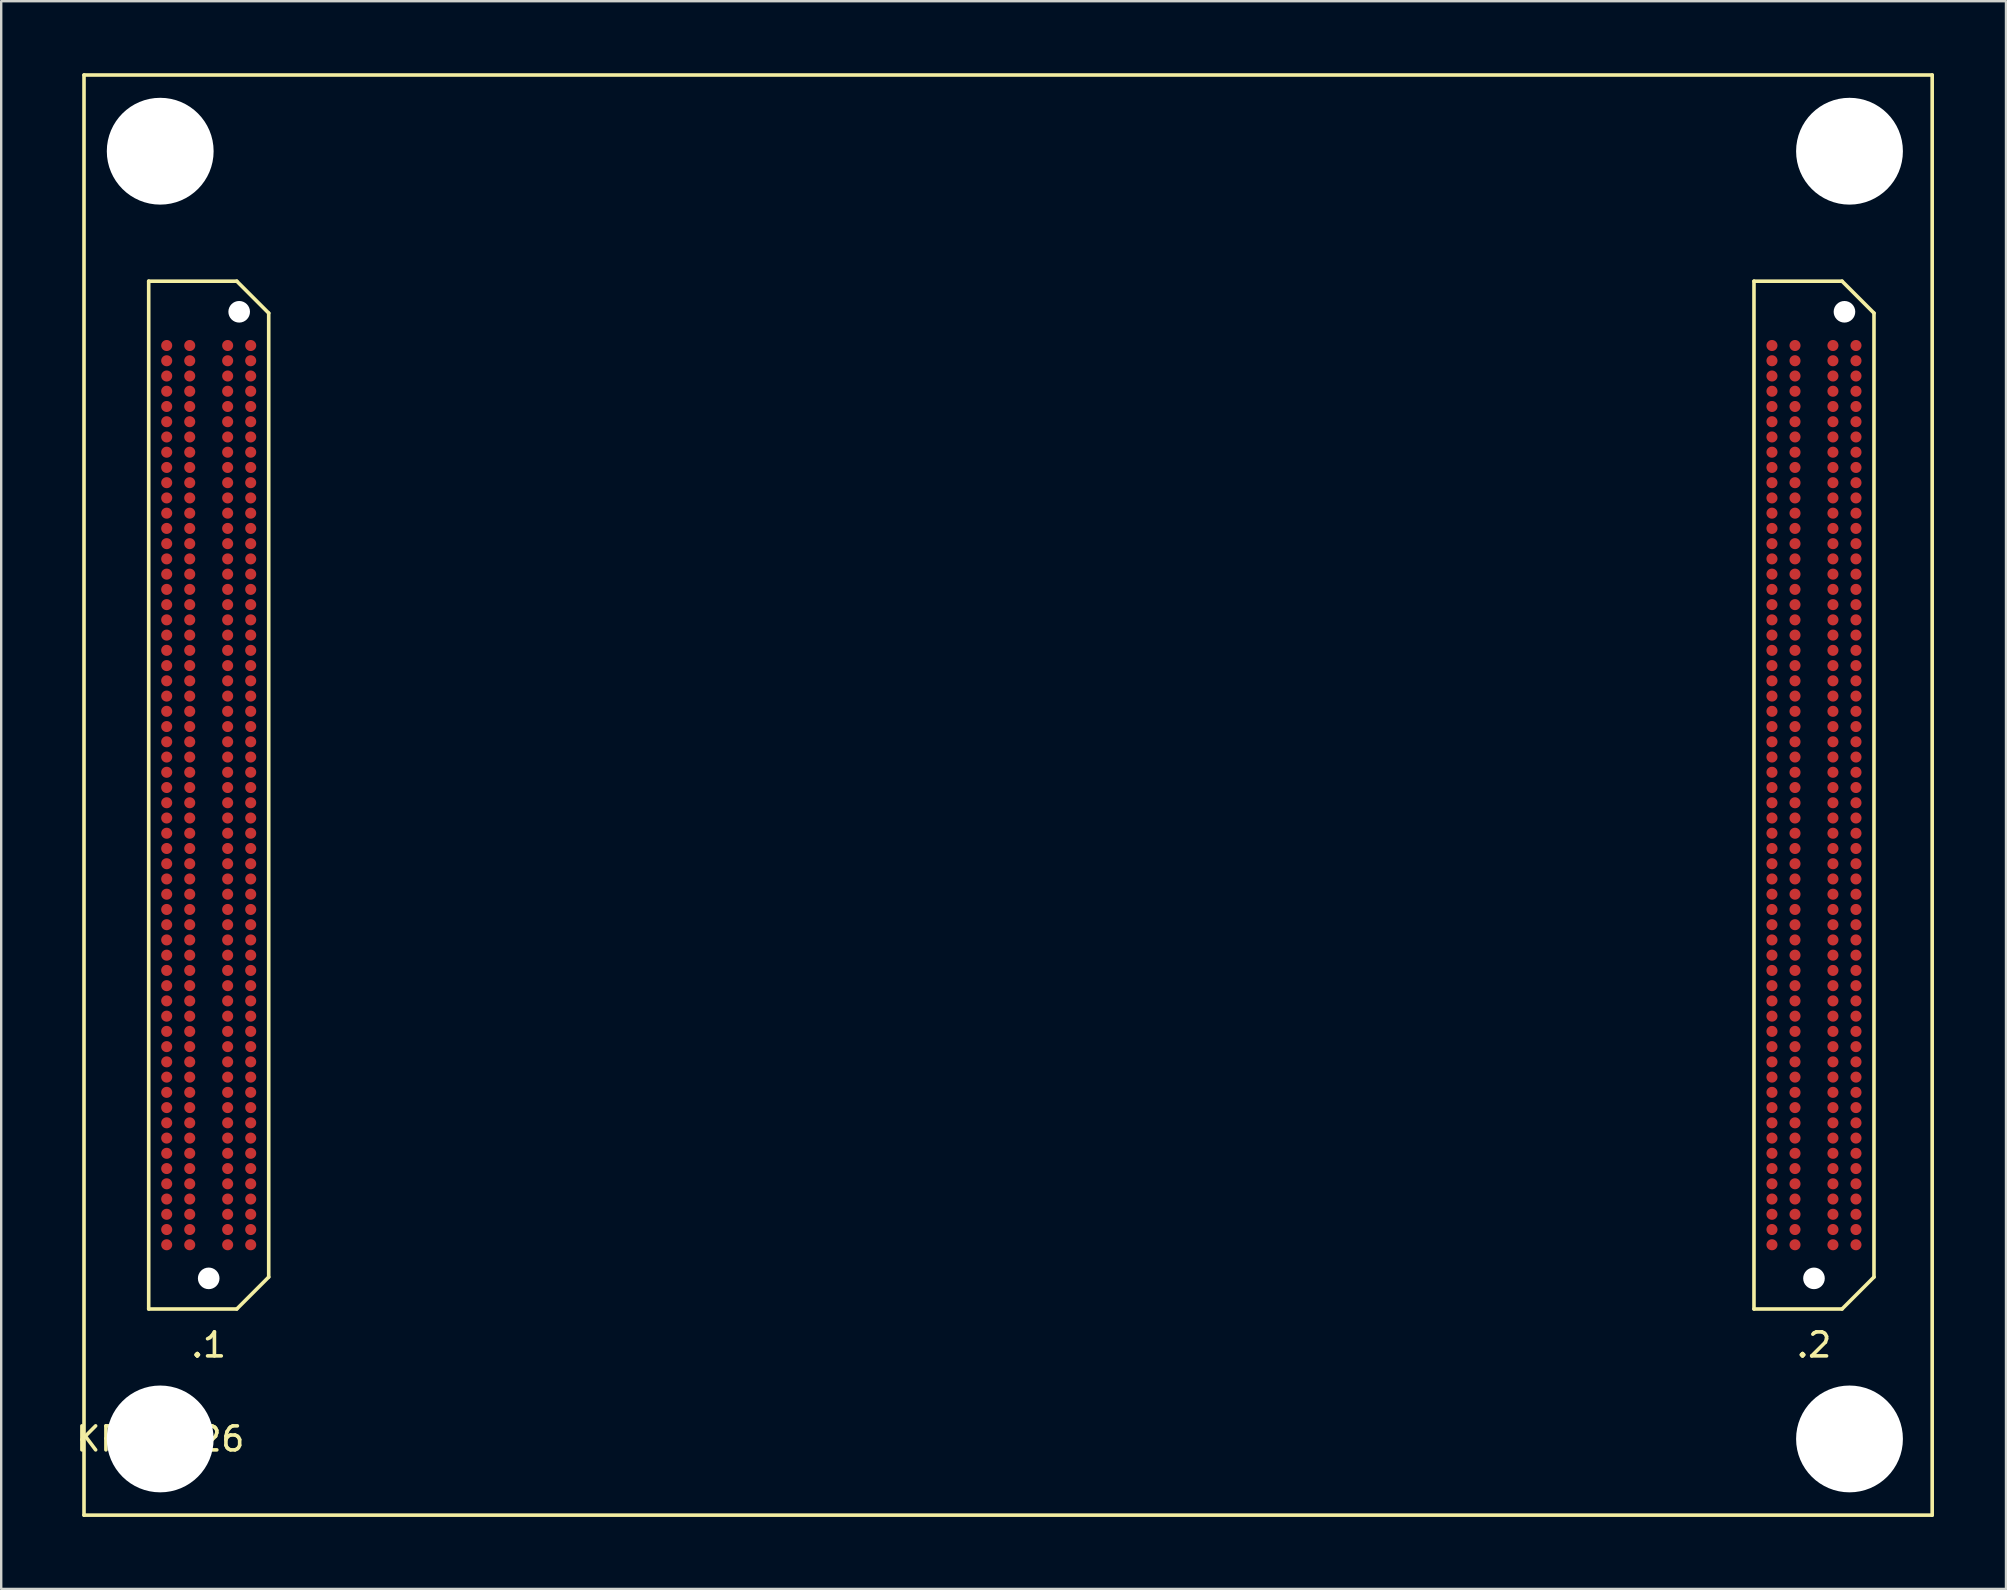
<source format=kicad_pcb>
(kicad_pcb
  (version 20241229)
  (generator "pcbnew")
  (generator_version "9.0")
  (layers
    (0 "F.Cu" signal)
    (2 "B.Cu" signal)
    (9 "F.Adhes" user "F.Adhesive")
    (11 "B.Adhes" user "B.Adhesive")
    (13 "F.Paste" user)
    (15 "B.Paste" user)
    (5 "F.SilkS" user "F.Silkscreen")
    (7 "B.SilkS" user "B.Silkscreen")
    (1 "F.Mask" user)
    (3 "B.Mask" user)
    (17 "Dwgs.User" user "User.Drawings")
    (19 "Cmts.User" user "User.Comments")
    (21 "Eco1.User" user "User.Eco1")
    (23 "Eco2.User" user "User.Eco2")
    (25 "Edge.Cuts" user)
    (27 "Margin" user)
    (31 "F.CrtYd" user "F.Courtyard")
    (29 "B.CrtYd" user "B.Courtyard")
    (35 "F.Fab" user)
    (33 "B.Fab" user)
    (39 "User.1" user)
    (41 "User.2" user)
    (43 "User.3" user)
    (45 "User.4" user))
  (footprint "KRIA_K26"
    (layer "F.Cu")
    (at 3.625 56.9)
    (property "Reference" "KRIA_K26" (at 0 0 0) (unlocked yes) (layer "F.SilkS") (effects (font (size 1 1) (thickness 0.15))))
    (fp_line (start -3.175 -56.825) (end -3.175 3.175) (stroke (width 0.15) (type solid)) (layer "F.SilkS"))
    (fp_line (start -3.175 3.175) (end 73.825 3.175) (stroke (width 0.15) (type solid)) (layer "F.SilkS"))
    (fp_line (start -0.48 -48.235) (end -0.48 -5.415) (stroke (width 0.15) (type solid)) (layer "F.SilkS"))
    (fp_line (start -0.48 -5.415) (end 3.19 -5.415) (stroke (width 0.15) (type solid)) (layer "F.SilkS"))
    (fp_line (start 3.19 -48.235) (end -0.48 -48.235) (stroke (width 0.15) (type solid)) (layer "F.SilkS"))
    (fp_line (start 3.19 -5.415) (end 4.52 -6.745) (stroke (width 0.15) (type solid)) (layer "F.SilkS"))
    (fp_line (start 4.52 -46.905) (end 3.19 -48.235) (stroke (width 0.15) (type solid)) (layer "F.SilkS"))
    (fp_line (start 4.52 -6.745) (end 4.52 -46.905) (stroke (width 0.15) (type solid)) (layer "F.SilkS"))
    (fp_line (start 66.4 -48.235) (end 66.4 -5.415) (stroke (width 0.15) (type solid)) (layer "F.SilkS"))
    (fp_line (start 66.4 -5.415) (end 70.07 -5.415) (stroke (width 0.15) (type solid)) (layer "F.SilkS"))
    (fp_line (start 70.07 -48.235) (end 66.4 -48.235) (stroke (width 0.15) (type solid)) (layer "F.SilkS"))
    (fp_line (start 70.07 -5.415) (end 71.4 -6.745) (stroke (width 0.15) (type solid)) (layer "F.SilkS"))
    (fp_line (start 71.4 -46.905) (end 70.07 -48.235) (stroke (width 0.15) (type solid)) (layer "F.SilkS"))
    (fp_line (start 71.4 -6.745) (end 71.4 -46.905) (stroke (width 0.15) (type solid)) (layer "F.SilkS"))
    (fp_line (start 73.825 -56.825) (end -3.175 -56.825) (stroke (width 0.15) (type solid)) (layer "F.SilkS"))
    (fp_line (start 73.825 3.175) (end 73.825 -56.825) (stroke (width 0.15) (type solid)) (layer "F.SilkS"))
    (fp_text user ".2" (at 68.9 -3.915 0) (unlocked yes) (layer "F.SilkS") (effects (font (size 1 1) (thickness 0.15))))
    (fp_text user ".1" (at 2.02 -3.915 0) (unlocked yes) (layer "F.SilkS") (effects (font (size 1 1) (thickness 0.15))))
    (pad "" np_thru_hole circle (at 0 -53.65) (size 4.45 4.45) (drill 4.45) (layers "*.Cu" "*.Mask"))
    (pad "" np_thru_hole circle (at 0 0) (size 4.45 4.45) (drill 4.45) (layers "*.Cu" "*.Mask"))
    (pad "" np_thru_hole circle (at 2.02 -6.69) (size 0.9 0.9) (drill 0.9) (layers "*.Cu" "*.Mask"))
    (pad "" np_thru_hole circle (at 3.29 -46.96) (size 0.9 0.9) (drill 0.9) (layers "*.Cu" "*.Mask"))
    (pad "" np_thru_hole circle (at 68.9 -6.69) (size 0.9 0.9) (drill 0.9) (layers "*.Cu" "*.Mask"))
    (pad "" np_thru_hole circle (at 70.17 -46.96) (size 0.9 0.9) (drill 0.9) (layers "*.Cu" "*.Mask"))
    (pad "" np_thru_hole circle (at 70.38 -53.65) (size 4.45 4.45) (drill 4.45) (layers "*.Cu" "*.Mask"))
    (pad "" np_thru_hole circle (at 70.38 0) (size 4.45 4.45) (drill 4.45) (layers "*.Cu" "*.Mask"))
    (pad "1A1" smd circle (at 3.77 -8.09) (size 0.46 0.46) (layers "F.Cu" "F.Mask" "F.Paste"))
    (pad "1A2" smd circle (at 3.77 -8.725) (size 0.46 0.46) (layers "F.Cu" "F.Mask" "F.Paste"))
    (pad "1A3" smd circle (at 3.77 -9.36) (size 0.46 0.46) (layers "F.Cu" "F.Mask" "F.Paste"))
    (pad "1A4" smd circle (at 3.77 -9.995) (size 0.46 0.46) (layers "F.Cu" "F.Mask" "F.Paste"))
    (pad "1A5" smd circle (at 3.77 -10.63) (size 0.46 0.46) (layers "F.Cu" "F.Mask" "F.Paste"))
    (pad "1A6" smd circle (at 3.77 -11.265) (size 0.46 0.46) (layers "F.Cu" "F.Mask" "F.Paste"))
    (pad "1A7" smd circle (at 3.77 -11.9) (size 0.46 0.46) (layers "F.Cu" "F.Mask" "F.Paste"))
    (pad "1A8" smd circle (at 3.77 -12.535) (size 0.46 0.46) (layers "F.Cu" "F.Mask" "F.Paste"))
    (pad "1A9" smd circle (at 3.77 -13.17) (size 0.46 0.46) (layers "F.Cu" "F.Mask" "F.Paste"))
    (pad "1A10" smd circle (at 3.77 -13.805) (size 0.46 0.46) (layers "F.Cu" "F.Mask" "F.Paste"))
    (pad "1A11" smd circle (at 3.77 -14.44) (size 0.46 0.46) (layers "F.Cu" "F.Mask" "F.Paste"))
    (pad "1A12" smd circle (at 3.77 -15.075) (size 0.46 0.46) (layers "F.Cu" "F.Mask" "F.Paste"))
    (pad "1A13" smd circle (at 3.77 -15.71) (size 0.46 0.46) (layers "F.Cu" "F.Mask" "F.Paste"))
    (pad "1A14" smd circle (at 3.77 -16.345) (size 0.46 0.46) (layers "F.Cu" "F.Mask" "F.Paste"))
    (pad "1A15" smd circle (at 3.77 -16.98) (size 0.46 0.46) (layers "F.Cu" "F.Mask" "F.Paste"))
    (pad "1A16" smd circle (at 3.77 -17.615) (size 0.46 0.46) (layers "F.Cu" "F.Mask" "F.Paste"))
    (pad "1A17" smd circle (at 3.77 -18.25) (size 0.46 0.46) (layers "F.Cu" "F.Mask" "F.Paste"))
    (pad "1A18" smd circle (at 3.77 -18.885) (size 0.46 0.46) (layers "F.Cu" "F.Mask" "F.Paste"))
    (pad "1A19" smd circle (at 3.77 -19.52) (size 0.46 0.46) (layers "F.Cu" "F.Mask" "F.Paste"))
    (pad "1A20" smd circle (at 3.77 -20.155) (size 0.46 0.46) (layers "F.Cu" "F.Mask" "F.Paste"))
    (pad "1A21" smd circle (at 3.77 -20.79) (size 0.46 0.46) (layers "F.Cu" "F.Mask" "F.Paste"))
    (pad "1A22" smd circle (at 3.77 -21.425) (size 0.46 0.46) (layers "F.Cu" "F.Mask" "F.Paste"))
    (pad "1A23" smd circle (at 3.77 -22.06) (size 0.46 0.46) (layers "F.Cu" "F.Mask" "F.Paste"))
    (pad "1A24" smd circle (at 3.77 -22.695) (size 0.46 0.46) (layers "F.Cu" "F.Mask" "F.Paste"))
    (pad "1A25" smd circle (at 3.77 -23.33) (size 0.46 0.46) (layers "F.Cu" "F.Mask" "F.Paste"))
    (pad "1A26" smd circle (at 3.77 -23.965) (size 0.46 0.46) (layers "F.Cu" "F.Mask" "F.Paste"))
    (pad "1A27" smd circle (at 3.77 -24.6) (size 0.46 0.46) (layers "F.Cu" "F.Mask" "F.Paste"))
    (pad "1A28" smd circle (at 3.77 -25.235) (size 0.46 0.46) (layers "F.Cu" "F.Mask" "F.Paste"))
    (pad "1A29" smd circle (at 3.77 -25.87) (size 0.46 0.46) (layers "F.Cu" "F.Mask" "F.Paste"))
    (pad "1A30" smd circle (at 3.77 -26.505) (size 0.46 0.46) (layers "F.Cu" "F.Mask" "F.Paste"))
    (pad "1A31" smd circle (at 3.77 -27.14) (size 0.46 0.46) (layers "F.Cu" "F.Mask" "F.Paste"))
    (pad "1A32" smd circle (at 3.77 -27.775) (size 0.46 0.46) (layers "F.Cu" "F.Mask" "F.Paste"))
    (pad "1A33" smd circle (at 3.77 -28.41) (size 0.46 0.46) (layers "F.Cu" "F.Mask" "F.Paste"))
    (pad "1A34" smd circle (at 3.77 -29.045) (size 0.46 0.46) (layers "F.Cu" "F.Mask" "F.Paste"))
    (pad "1A35" smd circle (at 3.77 -29.68) (size 0.46 0.46) (layers "F.Cu" "F.Mask" "F.Paste"))
    (pad "1A36" smd circle (at 3.77 -30.315) (size 0.46 0.46) (layers "F.Cu" "F.Mask" "F.Paste"))
    (pad "1A37" smd circle (at 3.77 -30.95) (size 0.46 0.46) (layers "F.Cu" "F.Mask" "F.Paste"))
    (pad "1A38" smd circle (at 3.77 -31.585) (size 0.46 0.46) (layers "F.Cu" "F.Mask" "F.Paste"))
    (pad "1A39" smd circle (at 3.77 -32.22) (size 0.46 0.46) (layers "F.Cu" "F.Mask" "F.Paste"))
    (pad "1A40" smd circle (at 3.77 -32.855) (size 0.46 0.46) (layers "F.Cu" "F.Mask" "F.Paste"))
    (pad "1A41" smd circle (at 3.77 -33.49) (size 0.46 0.46) (layers "F.Cu" "F.Mask" "F.Paste"))
    (pad "1A42" smd circle (at 3.77 -34.125) (size 0.46 0.46) (layers "F.Cu" "F.Mask" "F.Paste"))
    (pad "1A43" smd circle (at 3.77 -34.76) (size 0.46 0.46) (layers "F.Cu" "F.Mask" "F.Paste"))
    (pad "1A44" smd circle (at 3.77 -35.395) (size 0.46 0.46) (layers "F.Cu" "F.Mask" "F.Paste"))
    (pad "1A45" smd circle (at 3.77 -36.03) (size 0.46 0.46) (layers "F.Cu" "F.Mask" "F.Paste"))
    (pad "1A46" smd circle (at 3.77 -36.665) (size 0.46 0.46) (layers "F.Cu" "F.Mask" "F.Paste"))
    (pad "1A47" smd circle (at 3.77 -37.3) (size 0.46 0.46) (layers "F.Cu" "F.Mask" "F.Paste"))
    (pad "1A48" smd circle (at 3.77 -37.935) (size 0.46 0.46) (layers "F.Cu" "F.Mask" "F.Paste"))
    (pad "1A49" smd circle (at 3.77 -38.57) (size 0.46 0.46) (layers "F.Cu" "F.Mask" "F.Paste"))
    (pad "1A50" smd circle (at 3.77 -39.205) (size 0.46 0.46) (layers "F.Cu" "F.Mask" "F.Paste"))
    (pad "1A51" smd circle (at 3.77 -39.84) (size 0.46 0.46) (layers "F.Cu" "F.Mask" "F.Paste"))
    (pad "1A52" smd circle (at 3.77 -40.475) (size 0.46 0.46) (layers "F.Cu" "F.Mask" "F.Paste"))
    (pad "1A53" smd circle (at 3.77 -41.11) (size 0.46 0.46) (layers "F.Cu" "F.Mask" "F.Paste"))
    (pad "1A54" smd circle (at 3.77 -41.745) (size 0.46 0.46) (layers "F.Cu" "F.Mask" "F.Paste"))
    (pad "1A55" smd circle (at 3.77 -42.38) (size 0.46 0.46) (layers "F.Cu" "F.Mask" "F.Paste"))
    (pad "1A56" smd circle (at 3.77 -43.015) (size 0.46 0.46) (layers "F.Cu" "F.Mask" "F.Paste"))
    (pad "1A57" smd circle (at 3.77 -43.65) (size 0.46 0.46) (layers "F.Cu" "F.Mask" "F.Paste"))
    (pad "1A58" smd circle (at 3.77 -44.285) (size 0.46 0.46) (layers "F.Cu" "F.Mask" "F.Paste"))
    (pad "1A59" smd circle (at 3.77 -44.92) (size 0.46 0.46) (layers "F.Cu" "F.Mask" "F.Paste"))
    (pad "1A60" smd circle (at 3.77 -45.555) (size 0.46 0.46) (layers "F.Cu" "F.Mask" "F.Paste"))
    (pad "1B1" smd circle (at 2.81 -8.09) (size 0.46 0.46) (layers "F.Cu" "F.Mask" "F.Paste"))
    (pad "1B2" smd circle (at 2.81 -8.725) (size 0.46 0.46) (layers "F.Cu" "F.Mask" "F.Paste"))
    (pad "1B3" smd circle (at 2.81 -9.36) (size 0.46 0.46) (layers "F.Cu" "F.Mask" "F.Paste"))
    (pad "1B4" smd circle (at 2.81 -9.995) (size 0.46 0.46) (layers "F.Cu" "F.Mask" "F.Paste"))
    (pad "1B5" smd circle (at 2.81 -10.63) (size 0.46 0.46) (layers "F.Cu" "F.Mask" "F.Paste"))
    (pad "1B6" smd circle (at 2.81 -11.265) (size 0.46 0.46) (layers "F.Cu" "F.Mask" "F.Paste"))
    (pad "1B7" smd circle (at 2.81 -11.9) (size 0.46 0.46) (layers "F.Cu" "F.Mask" "F.Paste"))
    (pad "1B8" smd circle (at 2.81 -12.535) (size 0.46 0.46) (layers "F.Cu" "F.Mask" "F.Paste"))
    (pad "1B9" smd circle (at 2.81 -13.17) (size 0.46 0.46) (layers "F.Cu" "F.Mask" "F.Paste"))
    (pad "1B10" smd circle (at 2.81 -13.805) (size 0.46 0.46) (layers "F.Cu" "F.Mask" "F.Paste"))
    (pad "1B11" smd circle (at 2.81 -14.44) (size 0.46 0.46) (layers "F.Cu" "F.Mask" "F.Paste"))
    (pad "1B12" smd circle (at 2.81 -15.075) (size 0.46 0.46) (layers "F.Cu" "F.Mask" "F.Paste"))
    (pad "1B13" smd circle (at 2.81 -15.71) (size 0.46 0.46) (layers "F.Cu" "F.Mask" "F.Paste"))
    (pad "1B14" smd circle (at 2.81 -16.345) (size 0.46 0.46) (layers "F.Cu" "F.Mask" "F.Paste"))
    (pad "1B15" smd circle (at 2.81 -16.98) (size 0.46 0.46) (layers "F.Cu" "F.Mask" "F.Paste"))
    (pad "1B16" smd circle (at 2.81 -17.615) (size 0.46 0.46) (layers "F.Cu" "F.Mask" "F.Paste"))
    (pad "1B17" smd circle (at 2.81 -18.25) (size 0.46 0.46) (layers "F.Cu" "F.Mask" "F.Paste"))
    (pad "1B18" smd circle (at 2.81 -18.885) (size 0.46 0.46) (layers "F.Cu" "F.Mask" "F.Paste"))
    (pad "1B19" smd circle (at 2.81 -19.52) (size 0.46 0.46) (layers "F.Cu" "F.Mask" "F.Paste"))
    (pad "1B20" smd circle (at 2.81 -20.155) (size 0.46 0.46) (layers "F.Cu" "F.Mask" "F.Paste"))
    (pad "1B21" smd circle (at 2.81 -20.79) (size 0.46 0.46) (layers "F.Cu" "F.Mask" "F.Paste"))
    (pad "1B22" smd circle (at 2.81 -21.425) (size 0.46 0.46) (layers "F.Cu" "F.Mask" "F.Paste"))
    (pad "1B23" smd circle (at 2.81 -22.06) (size 0.46 0.46) (layers "F.Cu" "F.Mask" "F.Paste"))
    (pad "1B24" smd circle (at 2.81 -22.695) (size 0.46 0.46) (layers "F.Cu" "F.Mask" "F.Paste"))
    (pad "1B25" smd circle (at 2.81 -23.33) (size 0.46 0.46) (layers "F.Cu" "F.Mask" "F.Paste"))
    (pad "1B26" smd circle (at 2.81 -23.965) (size 0.46 0.46) (layers "F.Cu" "F.Mask" "F.Paste"))
    (pad "1B27" smd circle (at 2.81 -24.6) (size 0.46 0.46) (layers "F.Cu" "F.Mask" "F.Paste"))
    (pad "1B28" smd circle (at 2.81 -25.235) (size 0.46 0.46) (layers "F.Cu" "F.Mask" "F.Paste"))
    (pad "1B29" smd circle (at 2.81 -25.87) (size 0.46 0.46) (layers "F.Cu" "F.Mask" "F.Paste"))
    (pad "1B30" smd circle (at 2.81 -26.505) (size 0.46 0.46) (layers "F.Cu" "F.Mask" "F.Paste"))
    (pad "1B31" smd circle (at 2.81 -27.14) (size 0.46 0.46) (layers "F.Cu" "F.Mask" "F.Paste"))
    (pad "1B32" smd circle (at 2.81 -27.775) (size 0.46 0.46) (layers "F.Cu" "F.Mask" "F.Paste"))
    (pad "1B33" smd circle (at 2.81 -28.41) (size 0.46 0.46) (layers "F.Cu" "F.Mask" "F.Paste"))
    (pad "1B34" smd circle (at 2.81 -29.045) (size 0.46 0.46) (layers "F.Cu" "F.Mask" "F.Paste"))
    (pad "1B35" smd circle (at 2.81 -29.68) (size 0.46 0.46) (layers "F.Cu" "F.Mask" "F.Paste"))
    (pad "1B36" smd circle (at 2.81 -30.315) (size 0.46 0.46) (layers "F.Cu" "F.Mask" "F.Paste"))
    (pad "1B37" smd circle (at 2.81 -30.95) (size 0.46 0.46) (layers "F.Cu" "F.Mask" "F.Paste"))
    (pad "1B38" smd circle (at 2.81 -31.585) (size 0.46 0.46) (layers "F.Cu" "F.Mask" "F.Paste"))
    (pad "1B39" smd circle (at 2.81 -32.22) (size 0.46 0.46) (layers "F.Cu" "F.Mask" "F.Paste"))
    (pad "1B40" smd circle (at 2.81 -32.855) (size 0.46 0.46) (layers "F.Cu" "F.Mask" "F.Paste"))
    (pad "1B41" smd circle (at 2.81 -33.49) (size 0.46 0.46) (layers "F.Cu" "F.Mask" "F.Paste"))
    (pad "1B42" smd circle (at 2.81 -34.125) (size 0.46 0.46) (layers "F.Cu" "F.Mask" "F.Paste"))
    (pad "1B43" smd circle (at 2.81 -34.76) (size 0.46 0.46) (layers "F.Cu" "F.Mask" "F.Paste"))
    (pad "1B44" smd circle (at 2.81 -35.395) (size 0.46 0.46) (layers "F.Cu" "F.Mask" "F.Paste"))
    (pad "1B45" smd circle (at 2.81 -36.03) (size 0.46 0.46) (layers "F.Cu" "F.Mask" "F.Paste"))
    (pad "1B46" smd circle (at 2.81 -36.665) (size 0.46 0.46) (layers "F.Cu" "F.Mask" "F.Paste"))
    (pad "1B47" smd circle (at 2.81 -37.3) (size 0.46 0.46) (layers "F.Cu" "F.Mask" "F.Paste"))
    (pad "1B48" smd circle (at 2.81 -37.935) (size 0.46 0.46) (layers "F.Cu" "F.Mask" "F.Paste"))
    (pad "1B49" smd circle (at 2.81 -38.57) (size 0.46 0.46) (layers "F.Cu" "F.Mask" "F.Paste"))
    (pad "1B50" smd circle (at 2.81 -39.205) (size 0.46 0.46) (layers "F.Cu" "F.Mask" "F.Paste"))
    (pad "1B51" smd circle (at 2.81 -39.84) (size 0.46 0.46) (layers "F.Cu" "F.Mask" "F.Paste"))
    (pad "1B52" smd circle (at 2.81 -40.475) (size 0.46 0.46) (layers "F.Cu" "F.Mask" "F.Paste"))
    (pad "1B53" smd circle (at 2.81 -41.11) (size 0.46 0.46) (layers "F.Cu" "F.Mask" "F.Paste"))
    (pad "1B54" smd circle (at 2.81 -41.745) (size 0.46 0.46) (layers "F.Cu" "F.Mask" "F.Paste"))
    (pad "1B55" smd circle (at 2.81 -42.38) (size 0.46 0.46) (layers "F.Cu" "F.Mask" "F.Paste"))
    (pad "1B56" smd circle (at 2.81 -43.015) (size 0.46 0.46) (layers "F.Cu" "F.Mask" "F.Paste"))
    (pad "1B57" smd circle (at 2.81 -43.65) (size 0.46 0.46) (layers "F.Cu" "F.Mask" "F.Paste"))
    (pad "1B58" smd circle (at 2.81 -44.285) (size 0.46 0.46) (layers "F.Cu" "F.Mask" "F.Paste"))
    (pad "1B59" smd circle (at 2.81 -44.92) (size 0.46 0.46) (layers "F.Cu" "F.Mask" "F.Paste"))
    (pad "1B60" smd circle (at 2.81 -45.555) (size 0.46 0.46) (layers "F.Cu" "F.Mask" "F.Paste"))
    (pad "1C1" smd circle (at 1.23 -8.09) (size 0.46 0.46) (layers "F.Cu" "F.Mask" "F.Paste"))
    (pad "1C2" smd circle (at 1.23 -8.725) (size 0.46 0.46) (layers "F.Cu" "F.Mask" "F.Paste"))
    (pad "1C3" smd circle (at 1.23 -9.36) (size 0.46 0.46) (layers "F.Cu" "F.Mask" "F.Paste"))
    (pad "1C4" smd circle (at 1.23 -9.995) (size 0.46 0.46) (layers "F.Cu" "F.Mask" "F.Paste"))
    (pad "1C5" smd circle (at 1.23 -10.63) (size 0.46 0.46) (layers "F.Cu" "F.Mask" "F.Paste"))
    (pad "1C6" smd circle (at 1.23 -11.265) (size 0.46 0.46) (layers "F.Cu" "F.Mask" "F.Paste"))
    (pad "1C7" smd circle (at 1.23 -11.9) (size 0.46 0.46) (layers "F.Cu" "F.Mask" "F.Paste"))
    (pad "1C8" smd circle (at 1.23 -12.535) (size 0.46 0.46) (layers "F.Cu" "F.Mask" "F.Paste"))
    (pad "1C9" smd circle (at 1.23 -13.17) (size 0.46 0.46) (layers "F.Cu" "F.Mask" "F.Paste"))
    (pad "1C10" smd circle (at 1.23 -13.805) (size 0.46 0.46) (layers "F.Cu" "F.Mask" "F.Paste"))
    (pad "1C11" smd circle (at 1.23 -14.44) (size 0.46 0.46) (layers "F.Cu" "F.Mask" "F.Paste"))
    (pad "1C12" smd circle (at 1.23 -15.075) (size 0.46 0.46) (layers "F.Cu" "F.Mask" "F.Paste"))
    (pad "1C13" smd circle (at 1.23 -15.71) (size 0.46 0.46) (layers "F.Cu" "F.Mask" "F.Paste"))
    (pad "1C14" smd circle (at 1.23 -16.345) (size 0.46 0.46) (layers "F.Cu" "F.Mask" "F.Paste"))
    (pad "1C15" smd circle (at 1.23 -16.98) (size 0.46 0.46) (layers "F.Cu" "F.Mask" "F.Paste"))
    (pad "1C16" smd circle (at 1.23 -17.615) (size 0.46 0.46) (layers "F.Cu" "F.Mask" "F.Paste"))
    (pad "1C17" smd circle (at 1.23 -18.25) (size 0.46 0.46) (layers "F.Cu" "F.Mask" "F.Paste"))
    (pad "1C18" smd circle (at 1.23 -18.885) (size 0.46 0.46) (layers "F.Cu" "F.Mask" "F.Paste"))
    (pad "1C19" smd circle (at 1.23 -19.52) (size 0.46 0.46) (layers "F.Cu" "F.Mask" "F.Paste"))
    (pad "1C20" smd circle (at 1.23 -20.155) (size 0.46 0.46) (layers "F.Cu" "F.Mask" "F.Paste"))
    (pad "1C21" smd circle (at 1.23 -20.79) (size 0.46 0.46) (layers "F.Cu" "F.Mask" "F.Paste"))
    (pad "1C22" smd circle (at 1.23 -21.425) (size 0.46 0.46) (layers "F.Cu" "F.Mask" "F.Paste"))
    (pad "1C23" smd circle (at 1.23 -22.06) (size 0.46 0.46) (layers "F.Cu" "F.Mask" "F.Paste"))
    (pad "1C24" smd circle (at 1.23 -22.695) (size 0.46 0.46) (layers "F.Cu" "F.Mask" "F.Paste"))
    (pad "1C25" smd circle (at 1.23 -23.33) (size 0.46 0.46) (layers "F.Cu" "F.Mask" "F.Paste"))
    (pad "1C26" smd circle (at 1.23 -23.965) (size 0.46 0.46) (layers "F.Cu" "F.Mask" "F.Paste"))
    (pad "1C27" smd circle (at 1.23 -24.6) (size 0.46 0.46) (layers "F.Cu" "F.Mask" "F.Paste"))
    (pad "1C28" smd circle (at 1.23 -25.235) (size 0.46 0.46) (layers "F.Cu" "F.Mask" "F.Paste"))
    (pad "1C29" smd circle (at 1.23 -25.87) (size 0.46 0.46) (layers "F.Cu" "F.Mask" "F.Paste"))
    (pad "1C30" smd circle (at 1.23 -26.505) (size 0.46 0.46) (layers "F.Cu" "F.Mask" "F.Paste"))
    (pad "1C31" smd circle (at 1.23 -27.14) (size 0.46 0.46) (layers "F.Cu" "F.Mask" "F.Paste"))
    (pad "1C32" smd circle (at 1.23 -27.775) (size 0.46 0.46) (layers "F.Cu" "F.Mask" "F.Paste"))
    (pad "1C33" smd circle (at 1.23 -28.41) (size 0.46 0.46) (layers "F.Cu" "F.Mask" "F.Paste"))
    (pad "1C34" smd circle (at 1.23 -29.045) (size 0.46 0.46) (layers "F.Cu" "F.Mask" "F.Paste"))
    (pad "1C35" smd circle (at 1.23 -29.68) (size 0.46 0.46) (layers "F.Cu" "F.Mask" "F.Paste"))
    (pad "1C36" smd circle (at 1.23 -30.315) (size 0.46 0.46) (layers "F.Cu" "F.Mask" "F.Paste"))
    (pad "1C37" smd circle (at 1.23 -30.95) (size 0.46 0.46) (layers "F.Cu" "F.Mask" "F.Paste"))
    (pad "1C38" smd circle (at 1.23 -31.585) (size 0.46 0.46) (layers "F.Cu" "F.Mask" "F.Paste"))
    (pad "1C39" smd circle (at 1.23 -32.22) (size 0.46 0.46) (layers "F.Cu" "F.Mask" "F.Paste"))
    (pad "1C40" smd circle (at 1.23 -32.855) (size 0.46 0.46) (layers "F.Cu" "F.Mask" "F.Paste"))
    (pad "1C41" smd circle (at 1.23 -33.49) (size 0.46 0.46) (layers "F.Cu" "F.Mask" "F.Paste"))
    (pad "1C42" smd circle (at 1.23 -34.125) (size 0.46 0.46) (layers "F.Cu" "F.Mask" "F.Paste"))
    (pad "1C43" smd circle (at 1.23 -34.76) (size 0.46 0.46) (layers "F.Cu" "F.Mask" "F.Paste"))
    (pad "1C44" smd circle (at 1.23 -35.395) (size 0.46 0.46) (layers "F.Cu" "F.Mask" "F.Paste"))
    (pad "1C45" smd circle (at 1.23 -36.03) (size 0.46 0.46) (layers "F.Cu" "F.Mask" "F.Paste"))
    (pad "1C46" smd circle (at 1.23 -36.665) (size 0.46 0.46) (layers "F.Cu" "F.Mask" "F.Paste"))
    (pad "1C47" smd circle (at 1.23 -37.3) (size 0.46 0.46) (layers "F.Cu" "F.Mask" "F.Paste"))
    (pad "1C48" smd circle (at 1.23 -37.935) (size 0.46 0.46) (layers "F.Cu" "F.Mask" "F.Paste"))
    (pad "1C49" smd circle (at 1.23 -38.57) (size 0.46 0.46) (layers "F.Cu" "F.Mask" "F.Paste"))
    (pad "1C50" smd circle (at 1.23 -39.205) (size 0.46 0.46) (layers "F.Cu" "F.Mask" "F.Paste"))
    (pad "1C51" smd circle (at 1.23 -39.84) (size 0.46 0.46) (layers "F.Cu" "F.Mask" "F.Paste"))
    (pad "1C52" smd circle (at 1.23 -40.475) (size 0.46 0.46) (layers "F.Cu" "F.Mask" "F.Paste"))
    (pad "1C53" smd circle (at 1.23 -41.11) (size 0.46 0.46) (layers "F.Cu" "F.Mask" "F.Paste"))
    (pad "1C54" smd circle (at 1.23 -41.745) (size 0.46 0.46) (layers "F.Cu" "F.Mask" "F.Paste"))
    (pad "1C55" smd circle (at 1.23 -42.38) (size 0.46 0.46) (layers "F.Cu" "F.Mask" "F.Paste"))
    (pad "1C56" smd circle (at 1.23 -43.015) (size 0.46 0.46) (layers "F.Cu" "F.Mask" "F.Paste"))
    (pad "1C57" smd circle (at 1.23 -43.65) (size 0.46 0.46) (layers "F.Cu" "F.Mask" "F.Paste"))
    (pad "1C58" smd circle (at 1.23 -44.285) (size 0.46 0.46) (layers "F.Cu" "F.Mask" "F.Paste"))
    (pad "1C59" smd circle (at 1.23 -44.92) (size 0.46 0.46) (layers "F.Cu" "F.Mask" "F.Paste"))
    (pad "1C60" smd circle (at 1.23 -45.555) (size 0.46 0.46) (layers "F.Cu" "F.Mask" "F.Paste"))
    (pad "1D1" smd circle (at 0.27 -8.09) (size 0.46 0.46) (layers "F.Cu" "F.Mask" "F.Paste"))
    (pad "1D2" smd circle (at 0.27 -8.725) (size 0.46 0.46) (layers "F.Cu" "F.Mask" "F.Paste"))
    (pad "1D3" smd circle (at 0.27 -9.36) (size 0.46 0.46) (layers "F.Cu" "F.Mask" "F.Paste"))
    (pad "1D4" smd circle (at 0.27 -9.995) (size 0.46 0.46) (layers "F.Cu" "F.Mask" "F.Paste"))
    (pad "1D5" smd circle (at 0.27 -10.63) (size 0.46 0.46) (layers "F.Cu" "F.Mask" "F.Paste"))
    (pad "1D6" smd circle (at 0.27 -11.265) (size 0.46 0.46) (layers "F.Cu" "F.Mask" "F.Paste"))
    (pad "1D7" smd circle (at 0.27 -11.9) (size 0.46 0.46) (layers "F.Cu" "F.Mask" "F.Paste"))
    (pad "1D8" smd circle (at 0.27 -12.535) (size 0.46 0.46) (layers "F.Cu" "F.Mask" "F.Paste"))
    (pad "1D9" smd circle (at 0.27 -13.17) (size 0.46 0.46) (layers "F.Cu" "F.Mask" "F.Paste"))
    (pad "1D10" smd circle (at 0.27 -13.805) (size 0.46 0.46) (layers "F.Cu" "F.Mask" "F.Paste"))
    (pad "1D11" smd circle (at 0.27 -14.44) (size 0.46 0.46) (layers "F.Cu" "F.Mask" "F.Paste"))
    (pad "1D12" smd circle (at 0.27 -15.075) (size 0.46 0.46) (layers "F.Cu" "F.Mask" "F.Paste"))
    (pad "1D13" smd circle (at 0.27 -15.71) (size 0.46 0.46) (layers "F.Cu" "F.Mask" "F.Paste"))
    (pad "1D14" smd circle (at 0.27 -16.345) (size 0.46 0.46) (layers "F.Cu" "F.Mask" "F.Paste"))
    (pad "1D15" smd circle (at 0.27 -16.98) (size 0.46 0.46) (layers "F.Cu" "F.Mask" "F.Paste"))
    (pad "1D16" smd circle (at 0.27 -17.615) (size 0.46 0.46) (layers "F.Cu" "F.Mask" "F.Paste"))
    (pad "1D17" smd circle (at 0.27 -18.25) (size 0.46 0.46) (layers "F.Cu" "F.Mask" "F.Paste"))
    (pad "1D18" smd circle (at 0.27 -18.885) (size 0.46 0.46) (layers "F.Cu" "F.Mask" "F.Paste"))
    (pad "1D19" smd circle (at 0.27 -19.52) (size 0.46 0.46) (layers "F.Cu" "F.Mask" "F.Paste"))
    (pad "1D20" smd circle (at 0.27 -20.155) (size 0.46 0.46) (layers "F.Cu" "F.Mask" "F.Paste"))
    (pad "1D21" smd circle (at 0.27 -20.79) (size 0.46 0.46) (layers "F.Cu" "F.Mask" "F.Paste"))
    (pad "1D22" smd circle (at 0.27 -21.425) (size 0.46 0.46) (layers "F.Cu" "F.Mask" "F.Paste"))
    (pad "1D23" smd circle (at 0.27 -22.06) (size 0.46 0.46) (layers "F.Cu" "F.Mask" "F.Paste"))
    (pad "1D24" smd circle (at 0.27 -22.695) (size 0.46 0.46) (layers "F.Cu" "F.Mask" "F.Paste"))
    (pad "1D25" smd circle (at 0.27 -23.33) (size 0.46 0.46) (layers "F.Cu" "F.Mask" "F.Paste"))
    (pad "1D26" smd circle (at 0.27 -23.965) (size 0.46 0.46) (layers "F.Cu" "F.Mask" "F.Paste"))
    (pad "1D27" smd circle (at 0.27 -24.6) (size 0.46 0.46) (layers "F.Cu" "F.Mask" "F.Paste"))
    (pad "1D28" smd circle (at 0.27 -25.235) (size 0.46 0.46) (layers "F.Cu" "F.Mask" "F.Paste"))
    (pad "1D29" smd circle (at 0.27 -25.87) (size 0.46 0.46) (layers "F.Cu" "F.Mask" "F.Paste"))
    (pad "1D30" smd circle (at 0.27 -26.505) (size 0.46 0.46) (layers "F.Cu" "F.Mask" "F.Paste"))
    (pad "1D31" smd circle (at 0.27 -27.14) (size 0.46 0.46) (layers "F.Cu" "F.Mask" "F.Paste"))
    (pad "1D32" smd circle (at 0.27 -27.775) (size 0.46 0.46) (layers "F.Cu" "F.Mask" "F.Paste"))
    (pad "1D33" smd circle (at 0.27 -28.41) (size 0.46 0.46) (layers "F.Cu" "F.Mask" "F.Paste"))
    (pad "1D34" smd circle (at 0.27 -29.045) (size 0.46 0.46) (layers "F.Cu" "F.Mask" "F.Paste"))
    (pad "1D35" smd circle (at 0.27 -29.68) (size 0.46 0.46) (layers "F.Cu" "F.Mask" "F.Paste"))
    (pad "1D36" smd circle (at 0.27 -30.315) (size 0.46 0.46) (layers "F.Cu" "F.Mask" "F.Paste"))
    (pad "1D37" smd circle (at 0.27 -30.95) (size 0.46 0.46) (layers "F.Cu" "F.Mask" "F.Paste"))
    (pad "1D38" smd circle (at 0.27 -31.585) (size 0.46 0.46) (layers "F.Cu" "F.Mask" "F.Paste"))
    (pad "1D39" smd circle (at 0.27 -32.22) (size 0.46 0.46) (layers "F.Cu" "F.Mask" "F.Paste"))
    (pad "1D40" smd circle (at 0.27 -32.855) (size 0.46 0.46) (layers "F.Cu" "F.Mask" "F.Paste"))
    (pad "1D41" smd circle (at 0.27 -33.49) (size 0.46 0.46) (layers "F.Cu" "F.Mask" "F.Paste"))
    (pad "1D42" smd circle (at 0.27 -34.125) (size 0.46 0.46) (layers "F.Cu" "F.Mask" "F.Paste"))
    (pad "1D43" smd circle (at 0.27 -34.76) (size 0.46 0.46) (layers "F.Cu" "F.Mask" "F.Paste"))
    (pad "1D44" smd circle (at 0.27 -35.395) (size 0.46 0.46) (layers "F.Cu" "F.Mask" "F.Paste"))
    (pad "1D45" smd circle (at 0.27 -36.03) (size 0.46 0.46) (layers "F.Cu" "F.Mask" "F.Paste"))
    (pad "1D46" smd circle (at 0.27 -36.665) (size 0.46 0.46) (layers "F.Cu" "F.Mask" "F.Paste"))
    (pad "1D47" smd circle (at 0.27 -37.3) (size 0.46 0.46) (layers "F.Cu" "F.Mask" "F.Paste"))
    (pad "1D48" smd circle (at 0.27 -37.935) (size 0.46 0.46) (layers "F.Cu" "F.Mask" "F.Paste"))
    (pad "1D49" smd circle (at 0.27 -38.57) (size 0.46 0.46) (layers "F.Cu" "F.Mask" "F.Paste"))
    (pad "1D50" smd circle (at 0.27 -39.205) (size 0.46 0.46) (layers "F.Cu" "F.Mask" "F.Paste"))
    (pad "1D51" smd circle (at 0.27 -39.84) (size 0.46 0.46) (layers "F.Cu" "F.Mask" "F.Paste"))
    (pad "1D52" smd circle (at 0.27 -40.475) (size 0.46 0.46) (layers "F.Cu" "F.Mask" "F.Paste"))
    (pad "1D53" smd circle (at 0.27 -41.11) (size 0.46 0.46) (layers "F.Cu" "F.Mask" "F.Paste"))
    (pad "1D54" smd circle (at 0.27 -41.745) (size 0.46 0.46) (layers "F.Cu" "F.Mask" "F.Paste"))
    (pad "1D55" smd circle (at 0.27 -42.38) (size 0.46 0.46) (layers "F.Cu" "F.Mask" "F.Paste"))
    (pad "1D56" smd circle (at 0.27 -43.015) (size 0.46 0.46) (layers "F.Cu" "F.Mask" "F.Paste"))
    (pad "1D57" smd circle (at 0.27 -43.65) (size 0.46 0.46) (layers "F.Cu" "F.Mask" "F.Paste"))
    (pad "1D58" smd circle (at 0.27 -44.285) (size 0.46 0.46) (layers "F.Cu" "F.Mask" "F.Paste"))
    (pad "1D59" smd circle (at 0.27 -44.92) (size 0.46 0.46) (layers "F.Cu" "F.Mask" "F.Paste"))
    (pad "1D60" smd circle (at 0.27 -45.555) (size 0.46 0.46) (layers "F.Cu" "F.Mask" "F.Paste"))
    (pad "2A1" smd circle (at 70.65 -8.09) (size 0.46 0.46) (layers "F.Cu" "F.Mask" "F.Paste"))
    (pad "2A2" smd circle (at 70.65 -8.725) (size 0.46 0.46) (layers "F.Cu" "F.Mask" "F.Paste"))
    (pad "2A3" smd circle (at 70.65 -9.36) (size 0.46 0.46) (layers "F.Cu" "F.Mask" "F.Paste"))
    (pad "2A4" smd circle (at 70.65 -9.995) (size 0.46 0.46) (layers "F.Cu" "F.Mask" "F.Paste"))
    (pad "2A5" smd circle (at 70.65 -10.63) (size 0.46 0.46) (layers "F.Cu" "F.Mask" "F.Paste"))
    (pad "2A6" smd circle (at 70.65 -11.265) (size 0.46 0.46) (layers "F.Cu" "F.Mask" "F.Paste"))
    (pad "2A7" smd circle (at 70.65 -11.9) (size 0.46 0.46) (layers "F.Cu" "F.Mask" "F.Paste"))
    (pad "2A8" smd circle (at 70.65 -12.535) (size 0.46 0.46) (layers "F.Cu" "F.Mask" "F.Paste"))
    (pad "2A9" smd circle (at 70.65 -13.17) (size 0.46 0.46) (layers "F.Cu" "F.Mask" "F.Paste"))
    (pad "2A10" smd circle (at 70.65 -13.805) (size 0.46 0.46) (layers "F.Cu" "F.Mask" "F.Paste"))
    (pad "2A11" smd circle (at 70.65 -14.44) (size 0.46 0.46) (layers "F.Cu" "F.Mask" "F.Paste"))
    (pad "2A12" smd circle (at 70.65 -15.075) (size 0.46 0.46) (layers "F.Cu" "F.Mask" "F.Paste"))
    (pad "2A13" smd circle (at 70.65 -15.71) (size 0.46 0.46) (layers "F.Cu" "F.Mask" "F.Paste"))
    (pad "2A14" smd circle (at 70.65 -16.345) (size 0.46 0.46) (layers "F.Cu" "F.Mask" "F.Paste"))
    (pad "2A15" smd circle (at 70.65 -16.98) (size 0.46 0.46) (layers "F.Cu" "F.Mask" "F.Paste"))
    (pad "2A16" smd circle (at 70.65 -17.615) (size 0.46 0.46) (layers "F.Cu" "F.Mask" "F.Paste"))
    (pad "2A17" smd circle (at 70.65 -18.25) (size 0.46 0.46) (layers "F.Cu" "F.Mask" "F.Paste"))
    (pad "2A18" smd circle (at 70.65 -18.885) (size 0.46 0.46) (layers "F.Cu" "F.Mask" "F.Paste"))
    (pad "2A19" smd circle (at 70.65 -19.52) (size 0.46 0.46) (layers "F.Cu" "F.Mask" "F.Paste"))
    (pad "2A20" smd circle (at 70.65 -20.155) (size 0.46 0.46) (layers "F.Cu" "F.Mask" "F.Paste"))
    (pad "2A21" smd circle (at 70.65 -20.79) (size 0.46 0.46) (layers "F.Cu" "F.Mask" "F.Paste"))
    (pad "2A22" smd circle (at 70.65 -21.425) (size 0.46 0.46) (layers "F.Cu" "F.Mask" "F.Paste"))
    (pad "2A23" smd circle (at 70.65 -22.06) (size 0.46 0.46) (layers "F.Cu" "F.Mask" "F.Paste"))
    (pad "2A24" smd circle (at 70.65 -22.695) (size 0.46 0.46) (layers "F.Cu" "F.Mask" "F.Paste"))
    (pad "2A25" smd circle (at 70.65 -23.33) (size 0.46 0.46) (layers "F.Cu" "F.Mask" "F.Paste"))
    (pad "2A26" smd circle (at 70.65 -23.965) (size 0.46 0.46) (layers "F.Cu" "F.Mask" "F.Paste"))
    (pad "2A27" smd circle (at 70.65 -24.6) (size 0.46 0.46) (layers "F.Cu" "F.Mask" "F.Paste"))
    (pad "2A28" smd circle (at 70.65 -25.235) (size 0.46 0.46) (layers "F.Cu" "F.Mask" "F.Paste"))
    (pad "2A29" smd circle (at 70.65 -25.87) (size 0.46 0.46) (layers "F.Cu" "F.Mask" "F.Paste"))
    (pad "2A30" smd circle (at 70.65 -26.505) (size 0.46 0.46) (layers "F.Cu" "F.Mask" "F.Paste"))
    (pad "2A31" smd circle (at 70.65 -27.14) (size 0.46 0.46) (layers "F.Cu" "F.Mask" "F.Paste"))
    (pad "2A32" smd circle (at 70.65 -27.775) (size 0.46 0.46) (layers "F.Cu" "F.Mask" "F.Paste"))
    (pad "2A33" smd circle (at 70.65 -28.41) (size 0.46 0.46) (layers "F.Cu" "F.Mask" "F.Paste"))
    (pad "2A34" smd circle (at 70.65 -29.045) (size 0.46 0.46) (layers "F.Cu" "F.Mask" "F.Paste"))
    (pad "2A35" smd circle (at 70.65 -29.68) (size 0.46 0.46) (layers "F.Cu" "F.Mask" "F.Paste"))
    (pad "2A36" smd circle (at 70.65 -30.315) (size 0.46 0.46) (layers "F.Cu" "F.Mask" "F.Paste"))
    (pad "2A37" smd circle (at 70.65 -30.95) (size 0.46 0.46) (layers "F.Cu" "F.Mask" "F.Paste"))
    (pad "2A38" smd circle (at 70.65 -31.585) (size 0.46 0.46) (layers "F.Cu" "F.Mask" "F.Paste"))
    (pad "2A39" smd circle (at 70.65 -32.22) (size 0.46 0.46) (layers "F.Cu" "F.Mask" "F.Paste"))
    (pad "2A40" smd circle (at 70.65 -32.855) (size 0.46 0.46) (layers "F.Cu" "F.Mask" "F.Paste"))
    (pad "2A41" smd circle (at 70.65 -33.49) (size 0.46 0.46) (layers "F.Cu" "F.Mask" "F.Paste"))
    (pad "2A42" smd circle (at 70.65 -34.125) (size 0.46 0.46) (layers "F.Cu" "F.Mask" "F.Paste"))
    (pad "2A43" smd circle (at 70.65 -34.76) (size 0.46 0.46) (layers "F.Cu" "F.Mask" "F.Paste"))
    (pad "2A44" smd circle (at 70.65 -35.395) (size 0.46 0.46) (layers "F.Cu" "F.Mask" "F.Paste"))
    (pad "2A45" smd circle (at 70.65 -36.03) (size 0.46 0.46) (layers "F.Cu" "F.Mask" "F.Paste"))
    (pad "2A46" smd circle (at 70.65 -36.665) (size 0.46 0.46) (layers "F.Cu" "F.Mask" "F.Paste"))
    (pad "2A47" smd circle (at 70.65 -37.3) (size 0.46 0.46) (layers "F.Cu" "F.Mask" "F.Paste"))
    (pad "2A48" smd circle (at 70.65 -37.935) (size 0.46 0.46) (layers "F.Cu" "F.Mask" "F.Paste"))
    (pad "2A49" smd circle (at 70.65 -38.57) (size 0.46 0.46) (layers "F.Cu" "F.Mask" "F.Paste"))
    (pad "2A50" smd circle (at 70.65 -39.205) (size 0.46 0.46) (layers "F.Cu" "F.Mask" "F.Paste"))
    (pad "2A51" smd circle (at 70.65 -39.84) (size 0.46 0.46) (layers "F.Cu" "F.Mask" "F.Paste"))
    (pad "2A52" smd circle (at 70.65 -40.475) (size 0.46 0.46) (layers "F.Cu" "F.Mask" "F.Paste"))
    (pad "2A53" smd circle (at 70.65 -41.11) (size 0.46 0.46) (layers "F.Cu" "F.Mask" "F.Paste"))
    (pad "2A54" smd circle (at 70.65 -41.745) (size 0.46 0.46) (layers "F.Cu" "F.Mask" "F.Paste"))
    (pad "2A55" smd circle (at 70.65 -42.38) (size 0.46 0.46) (layers "F.Cu" "F.Mask" "F.Paste"))
    (pad "2A56" smd circle (at 70.65 -43.015) (size 0.46 0.46) (layers "F.Cu" "F.Mask" "F.Paste"))
    (pad "2A57" smd circle (at 70.65 -43.65) (size 0.46 0.46) (layers "F.Cu" "F.Mask" "F.Paste"))
    (pad "2A58" smd circle (at 70.65 -44.285) (size 0.46 0.46) (layers "F.Cu" "F.Mask" "F.Paste"))
    (pad "2A59" smd circle (at 70.65 -44.92) (size 0.46 0.46) (layers "F.Cu" "F.Mask" "F.Paste"))
    (pad "2A60" smd circle (at 70.65 -45.555) (size 0.46 0.46) (layers "F.Cu" "F.Mask" "F.Paste"))
    (pad "2B1" smd circle (at 69.69 -8.09) (size 0.46 0.46) (layers "F.Cu" "F.Mask" "F.Paste"))
    (pad "2B2" smd circle (at 69.69 -8.725) (size 0.46 0.46) (layers "F.Cu" "F.Mask" "F.Paste"))
    (pad "2B3" smd circle (at 69.69 -9.36) (size 0.46 0.46) (layers "F.Cu" "F.Mask" "F.Paste"))
    (pad "2B4" smd circle (at 69.69 -9.995) (size 0.46 0.46) (layers "F.Cu" "F.Mask" "F.Paste"))
    (pad "2B5" smd circle (at 69.69 -10.63) (size 0.46 0.46) (layers "F.Cu" "F.Mask" "F.Paste"))
    (pad "2B6" smd circle (at 69.69 -11.265) (size 0.46 0.46) (layers "F.Cu" "F.Mask" "F.Paste"))
    (pad "2B7" smd circle (at 69.69 -11.9) (size 0.46 0.46) (layers "F.Cu" "F.Mask" "F.Paste"))
    (pad "2B8" smd circle (at 69.69 -12.535) (size 0.46 0.46) (layers "F.Cu" "F.Mask" "F.Paste"))
    (pad "2B9" smd circle (at 69.69 -13.17) (size 0.46 0.46) (layers "F.Cu" "F.Mask" "F.Paste"))
    (pad "2B10" smd circle (at 69.69 -13.805) (size 0.46 0.46) (layers "F.Cu" "F.Mask" "F.Paste"))
    (pad "2B11" smd circle (at 69.69 -14.44) (size 0.46 0.46) (layers "F.Cu" "F.Mask" "F.Paste"))
    (pad "2B12" smd circle (at 69.69 -15.075) (size 0.46 0.46) (layers "F.Cu" "F.Mask" "F.Paste"))
    (pad "2B13" smd circle (at 69.69 -15.71) (size 0.46 0.46) (layers "F.Cu" "F.Mask" "F.Paste"))
    (pad "2B14" smd circle (at 69.69 -16.345) (size 0.46 0.46) (layers "F.Cu" "F.Mask" "F.Paste"))
    (pad "2B15" smd circle (at 69.69 -16.98) (size 0.46 0.46) (layers "F.Cu" "F.Mask" "F.Paste"))
    (pad "2B16" smd circle (at 69.69 -17.615) (size 0.46 0.46) (layers "F.Cu" "F.Mask" "F.Paste"))
    (pad "2B17" smd circle (at 69.69 -18.25) (size 0.46 0.46) (layers "F.Cu" "F.Mask" "F.Paste"))
    (pad "2B18" smd circle (at 69.69 -18.885) (size 0.46 0.46) (layers "F.Cu" "F.Mask" "F.Paste"))
    (pad "2B19" smd circle (at 69.69 -19.52) (size 0.46 0.46) (layers "F.Cu" "F.Mask" "F.Paste"))
    (pad "2B20" smd circle (at 69.69 -20.155) (size 0.46 0.46) (layers "F.Cu" "F.Mask" "F.Paste"))
    (pad "2B21" smd circle (at 69.69 -20.79) (size 0.46 0.46) (layers "F.Cu" "F.Mask" "F.Paste"))
    (pad "2B22" smd circle (at 69.69 -21.425) (size 0.46 0.46) (layers "F.Cu" "F.Mask" "F.Paste"))
    (pad "2B23" smd circle (at 69.69 -22.06) (size 0.46 0.46) (layers "F.Cu" "F.Mask" "F.Paste"))
    (pad "2B24" smd circle (at 69.69 -22.695) (size 0.46 0.46) (layers "F.Cu" "F.Mask" "F.Paste"))
    (pad "2B25" smd circle (at 69.69 -23.33) (size 0.46 0.46) (layers "F.Cu" "F.Mask" "F.Paste"))
    (pad "2B26" smd circle (at 69.69 -23.965) (size 0.46 0.46) (layers "F.Cu" "F.Mask" "F.Paste"))
    (pad "2B27" smd circle (at 69.69 -24.6) (size 0.46 0.46) (layers "F.Cu" "F.Mask" "F.Paste"))
    (pad "2B28" smd circle (at 69.69 -25.235) (size 0.46 0.46) (layers "F.Cu" "F.Mask" "F.Paste"))
    (pad "2B29" smd circle (at 69.69 -25.87) (size 0.46 0.46) (layers "F.Cu" "F.Mask" "F.Paste"))
    (pad "2B30" smd circle (at 69.69 -26.505) (size 0.46 0.46) (layers "F.Cu" "F.Mask" "F.Paste"))
    (pad "2B31" smd circle (at 69.69 -27.14) (size 0.46 0.46) (layers "F.Cu" "F.Mask" "F.Paste"))
    (pad "2B32" smd circle (at 69.69 -27.775) (size 0.46 0.46) (layers "F.Cu" "F.Mask" "F.Paste"))
    (pad "2B33" smd circle (at 69.69 -28.41) (size 0.46 0.46) (layers "F.Cu" "F.Mask" "F.Paste"))
    (pad "2B34" smd circle (at 69.69 -29.045) (size 0.46 0.46) (layers "F.Cu" "F.Mask" "F.Paste"))
    (pad "2B35" smd circle (at 69.69 -29.68) (size 0.46 0.46) (layers "F.Cu" "F.Mask" "F.Paste"))
    (pad "2B36" smd circle (at 69.69 -30.315) (size 0.46 0.46) (layers "F.Cu" "F.Mask" "F.Paste"))
    (pad "2B37" smd circle (at 69.69 -30.95) (size 0.46 0.46) (layers "F.Cu" "F.Mask" "F.Paste"))
    (pad "2B38" smd circle (at 69.69 -31.585) (size 0.46 0.46) (layers "F.Cu" "F.Mask" "F.Paste"))
    (pad "2B39" smd circle (at 69.69 -32.22) (size 0.46 0.46) (layers "F.Cu" "F.Mask" "F.Paste"))
    (pad "2B40" smd circle (at 69.69 -32.855) (size 0.46 0.46) (layers "F.Cu" "F.Mask" "F.Paste"))
    (pad "2B41" smd circle (at 69.69 -33.49) (size 0.46 0.46) (layers "F.Cu" "F.Mask" "F.Paste"))
    (pad "2B42" smd circle (at 69.69 -34.125) (size 0.46 0.46) (layers "F.Cu" "F.Mask" "F.Paste"))
    (pad "2B43" smd circle (at 69.69 -34.76) (size 0.46 0.46) (layers "F.Cu" "F.Mask" "F.Paste"))
    (pad "2B44" smd circle (at 69.69 -35.395) (size 0.46 0.46) (layers "F.Cu" "F.Mask" "F.Paste"))
    (pad "2B45" smd circle (at 69.69 -36.03) (size 0.46 0.46) (layers "F.Cu" "F.Mask" "F.Paste"))
    (pad "2B46" smd circle (at 69.69 -36.665) (size 0.46 0.46) (layers "F.Cu" "F.Mask" "F.Paste"))
    (pad "2B47" smd circle (at 69.69 -37.3) (size 0.46 0.46) (layers "F.Cu" "F.Mask" "F.Paste"))
    (pad "2B48" smd circle (at 69.69 -37.935) (size 0.46 0.46) (layers "F.Cu" "F.Mask" "F.Paste"))
    (pad "2B49" smd circle (at 69.69 -38.57) (size 0.46 0.46) (layers "F.Cu" "F.Mask" "F.Paste"))
    (pad "2B50" smd circle (at 69.69 -39.205) (size 0.46 0.46) (layers "F.Cu" "F.Mask" "F.Paste"))
    (pad "2B51" smd circle (at 69.69 -39.84) (size 0.46 0.46) (layers "F.Cu" "F.Mask" "F.Paste"))
    (pad "2B52" smd circle (at 69.69 -40.475) (size 0.46 0.46) (layers "F.Cu" "F.Mask" "F.Paste"))
    (pad "2B53" smd circle (at 69.69 -41.11) (size 0.46 0.46) (layers "F.Cu" "F.Mask" "F.Paste"))
    (pad "2B54" smd circle (at 69.69 -41.745) (size 0.46 0.46) (layers "F.Cu" "F.Mask" "F.Paste"))
    (pad "2B55" smd circle (at 69.69 -42.38) (size 0.46 0.46) (layers "F.Cu" "F.Mask" "F.Paste"))
    (pad "2B56" smd circle (at 69.69 -43.015) (size 0.46 0.46) (layers "F.Cu" "F.Mask" "F.Paste"))
    (pad "2B57" smd circle (at 69.69 -43.65) (size 0.46 0.46) (layers "F.Cu" "F.Mask" "F.Paste"))
    (pad "2B58" smd circle (at 69.69 -44.285) (size 0.46 0.46) (layers "F.Cu" "F.Mask" "F.Paste"))
    (pad "2B59" smd circle (at 69.69 -44.92) (size 0.46 0.46) (layers "F.Cu" "F.Mask" "F.Paste"))
    (pad "2B60" smd circle (at 69.69 -45.555) (size 0.46 0.46) (layers "F.Cu" "F.Mask" "F.Paste"))
    (pad "2C1" smd circle (at 68.11 -8.09) (size 0.46 0.46) (layers "F.Cu" "F.Mask" "F.Paste"))
    (pad "2C2" smd circle (at 68.11 -8.725) (size 0.46 0.46) (layers "F.Cu" "F.Mask" "F.Paste"))
    (pad "2C3" smd circle (at 68.11 -9.36) (size 0.46 0.46) (layers "F.Cu" "F.Mask" "F.Paste"))
    (pad "2C4" smd circle (at 68.11 -9.995) (size 0.46 0.46) (layers "F.Cu" "F.Mask" "F.Paste"))
    (pad "2C5" smd circle (at 68.11 -10.63) (size 0.46 0.46) (layers "F.Cu" "F.Mask" "F.Paste"))
    (pad "2C6" smd circle (at 68.11 -11.265) (size 0.46 0.46) (layers "F.Cu" "F.Mask" "F.Paste"))
    (pad "2C7" smd circle (at 68.11 -11.9) (size 0.46 0.46) (layers "F.Cu" "F.Mask" "F.Paste"))
    (pad "2C8" smd circle (at 68.11 -12.535) (size 0.46 0.46) (layers "F.Cu" "F.Mask" "F.Paste"))
    (pad "2C9" smd circle (at 68.11 -13.17) (size 0.46 0.46) (layers "F.Cu" "F.Mask" "F.Paste"))
    (pad "2C10" smd circle (at 68.11 -13.805) (size 0.46 0.46) (layers "F.Cu" "F.Mask" "F.Paste"))
    (pad "2C11" smd circle (at 68.11 -14.44) (size 0.46 0.46) (layers "F.Cu" "F.Mask" "F.Paste"))
    (pad "2C12" smd circle (at 68.11 -15.075) (size 0.46 0.46) (layers "F.Cu" "F.Mask" "F.Paste"))
    (pad "2C13" smd circle (at 68.11 -15.71) (size 0.46 0.46) (layers "F.Cu" "F.Mask" "F.Paste"))
    (pad "2C14" smd circle (at 68.11 -16.345) (size 0.46 0.46) (layers "F.Cu" "F.Mask" "F.Paste"))
    (pad "2C15" smd circle (at 68.11 -16.98) (size 0.46 0.46) (layers "F.Cu" "F.Mask" "F.Paste"))
    (pad "2C16" smd circle (at 68.11 -17.615) (size 0.46 0.46) (layers "F.Cu" "F.Mask" "F.Paste"))
    (pad "2C17" smd circle (at 68.11 -18.25) (size 0.46 0.46) (layers "F.Cu" "F.Mask" "F.Paste"))
    (pad "2C18" smd circle (at 68.11 -18.885) (size 0.46 0.46) (layers "F.Cu" "F.Mask" "F.Paste"))
    (pad "2C19" smd circle (at 68.11 -19.52) (size 0.46 0.46) (layers "F.Cu" "F.Mask" "F.Paste"))
    (pad "2C20" smd circle (at 68.11 -20.155) (size 0.46 0.46) (layers "F.Cu" "F.Mask" "F.Paste"))
    (pad "2C21" smd circle (at 68.11 -20.79) (size 0.46 0.46) (layers "F.Cu" "F.Mask" "F.Paste"))
    (pad "2C22" smd circle (at 68.11 -21.425) (size 0.46 0.46) (layers "F.Cu" "F.Mask" "F.Paste"))
    (pad "2C23" smd circle (at 68.11 -22.06) (size 0.46 0.46) (layers "F.Cu" "F.Mask" "F.Paste"))
    (pad "2C24" smd circle (at 68.11 -22.695) (size 0.46 0.46) (layers "F.Cu" "F.Mask" "F.Paste"))
    (pad "2C25" smd circle (at 68.11 -23.33) (size 0.46 0.46) (layers "F.Cu" "F.Mask" "F.Paste"))
    (pad "2C26" smd circle (at 68.11 -23.965) (size 0.46 0.46) (layers "F.Cu" "F.Mask" "F.Paste"))
    (pad "2C27" smd circle (at 68.11 -24.6) (size 0.46 0.46) (layers "F.Cu" "F.Mask" "F.Paste"))
    (pad "2C28" smd circle (at 68.11 -25.235) (size 0.46 0.46) (layers "F.Cu" "F.Mask" "F.Paste"))
    (pad "2C29" smd circle (at 68.11 -25.87) (size 0.46 0.46) (layers "F.Cu" "F.Mask" "F.Paste"))
    (pad "2C30" smd circle (at 68.11 -26.505) (size 0.46 0.46) (layers "F.Cu" "F.Mask" "F.Paste"))
    (pad "2C31" smd circle (at 68.11 -27.14) (size 0.46 0.46) (layers "F.Cu" "F.Mask" "F.Paste"))
    (pad "2C32" smd circle (at 68.11 -27.775) (size 0.46 0.46) (layers "F.Cu" "F.Mask" "F.Paste"))
    (pad "2C33" smd circle (at 68.11 -28.41) (size 0.46 0.46) (layers "F.Cu" "F.Mask" "F.Paste"))
    (pad "2C34" smd circle (at 68.11 -29.045) (size 0.46 0.46) (layers "F.Cu" "F.Mask" "F.Paste"))
    (pad "2C35" smd circle (at 68.11 -29.68) (size 0.46 0.46) (layers "F.Cu" "F.Mask" "F.Paste"))
    (pad "2C36" smd circle (at 68.11 -30.315) (size 0.46 0.46) (layers "F.Cu" "F.Mask" "F.Paste"))
    (pad "2C37" smd circle (at 68.11 -30.95) (size 0.46 0.46) (layers "F.Cu" "F.Mask" "F.Paste"))
    (pad "2C38" smd circle (at 68.11 -31.585) (size 0.46 0.46) (layers "F.Cu" "F.Mask" "F.Paste"))
    (pad "2C39" smd circle (at 68.11 -32.22) (size 0.46 0.46) (layers "F.Cu" "F.Mask" "F.Paste"))
    (pad "2C40" smd circle (at 68.11 -32.855) (size 0.46 0.46) (layers "F.Cu" "F.Mask" "F.Paste"))
    (pad "2C41" smd circle (at 68.11 -33.49) (size 0.46 0.46) (layers "F.Cu" "F.Mask" "F.Paste"))
    (pad "2C42" smd circle (at 68.11 -34.125) (size 0.46 0.46) (layers "F.Cu" "F.Mask" "F.Paste"))
    (pad "2C43" smd circle (at 68.11 -34.76) (size 0.46 0.46) (layers "F.Cu" "F.Mask" "F.Paste"))
    (pad "2C44" smd circle (at 68.11 -35.395) (size 0.46 0.46) (layers "F.Cu" "F.Mask" "F.Paste"))
    (pad "2C45" smd circle (at 68.11 -36.03) (size 0.46 0.46) (layers "F.Cu" "F.Mask" "F.Paste"))
    (pad "2C46" smd circle (at 68.11 -36.665) (size 0.46 0.46) (layers "F.Cu" "F.Mask" "F.Paste"))
    (pad "2C47" smd circle (at 68.11 -37.3) (size 0.46 0.46) (layers "F.Cu" "F.Mask" "F.Paste"))
    (pad "2C48" smd circle (at 68.11 -37.935) (size 0.46 0.46) (layers "F.Cu" "F.Mask" "F.Paste"))
    (pad "2C49" smd circle (at 68.11 -38.57) (size 0.46 0.46) (layers "F.Cu" "F.Mask" "F.Paste"))
    (pad "2C50" smd circle (at 68.11 -39.205) (size 0.46 0.46) (layers "F.Cu" "F.Mask" "F.Paste"))
    (pad "2C51" smd circle (at 68.11 -39.84) (size 0.46 0.46) (layers "F.Cu" "F.Mask" "F.Paste"))
    (pad "2C52" smd circle (at 68.11 -40.475) (size 0.46 0.46) (layers "F.Cu" "F.Mask" "F.Paste"))
    (pad "2C53" smd circle (at 68.11 -41.11) (size 0.46 0.46) (layers "F.Cu" "F.Mask" "F.Paste"))
    (pad "2C54" smd circle (at 68.11 -41.745) (size 0.46 0.46) (layers "F.Cu" "F.Mask" "F.Paste"))
    (pad "2C55" smd circle (at 68.11 -42.38) (size 0.46 0.46) (layers "F.Cu" "F.Mask" "F.Paste"))
    (pad "2C56" smd circle (at 68.11 -43.015) (size 0.46 0.46) (layers "F.Cu" "F.Mask" "F.Paste"))
    (pad "2C57" smd circle (at 68.11 -43.65) (size 0.46 0.46) (layers "F.Cu" "F.Mask" "F.Paste"))
    (pad "2C58" smd circle (at 68.11 -44.285) (size 0.46 0.46) (layers "F.Cu" "F.Mask" "F.Paste"))
    (pad "2C59" smd circle (at 68.11 -44.92) (size 0.46 0.46) (layers "F.Cu" "F.Mask" "F.Paste"))
    (pad "2C60" smd circle (at 68.11 -45.555) (size 0.46 0.46) (layers "F.Cu" "F.Mask" "F.Paste"))
    (pad "2D1" smd circle (at 67.15 -8.09) (size 0.46 0.46) (layers "F.Cu" "F.Mask" "F.Paste"))
    (pad "2D2" smd circle (at 67.15 -8.725) (size 0.46 0.46) (layers "F.Cu" "F.Mask" "F.Paste"))
    (pad "2D3" smd circle (at 67.15 -9.36) (size 0.46 0.46) (layers "F.Cu" "F.Mask" "F.Paste"))
    (pad "2D4" smd circle (at 67.15 -9.995) (size 0.46 0.46) (layers "F.Cu" "F.Mask" "F.Paste"))
    (pad "2D5" smd circle (at 67.15 -10.63) (size 0.46 0.46) (layers "F.Cu" "F.Mask" "F.Paste"))
    (pad "2D6" smd circle (at 67.15 -11.265) (size 0.46 0.46) (layers "F.Cu" "F.Mask" "F.Paste"))
    (pad "2D7" smd circle (at 67.15 -11.9) (size 0.46 0.46) (layers "F.Cu" "F.Mask" "F.Paste"))
    (pad "2D8" smd circle (at 67.15 -12.535) (size 0.46 0.46) (layers "F.Cu" "F.Mask" "F.Paste"))
    (pad "2D9" smd circle (at 67.15 -13.17) (size 0.46 0.46) (layers "F.Cu" "F.Mask" "F.Paste"))
    (pad "2D10" smd circle (at 67.15 -13.805) (size 0.46 0.46) (layers "F.Cu" "F.Mask" "F.Paste"))
    (pad "2D11" smd circle (at 67.15 -14.44) (size 0.46 0.46) (layers "F.Cu" "F.Mask" "F.Paste"))
    (pad "2D12" smd circle (at 67.15 -15.075) (size 0.46 0.46) (layers "F.Cu" "F.Mask" "F.Paste"))
    (pad "2D13" smd circle (at 67.15 -15.71) (size 0.46 0.46) (layers "F.Cu" "F.Mask" "F.Paste"))
    (pad "2D14" smd circle (at 67.15 -16.345) (size 0.46 0.46) (layers "F.Cu" "F.Mask" "F.Paste"))
    (pad "2D15" smd circle (at 67.15 -16.98) (size 0.46 0.46) (layers "F.Cu" "F.Mask" "F.Paste"))
    (pad "2D16" smd circle (at 67.15 -17.615) (size 0.46 0.46) (layers "F.Cu" "F.Mask" "F.Paste"))
    (pad "2D17" smd circle (at 67.15 -18.25) (size 0.46 0.46) (layers "F.Cu" "F.Mask" "F.Paste"))
    (pad "2D18" smd circle (at 67.15 -18.885) (size 0.46 0.46) (layers "F.Cu" "F.Mask" "F.Paste"))
    (pad "2D19" smd circle (at 67.15 -19.52) (size 0.46 0.46) (layers "F.Cu" "F.Mask" "F.Paste"))
    (pad "2D20" smd circle (at 67.15 -20.155) (size 0.46 0.46) (layers "F.Cu" "F.Mask" "F.Paste"))
    (pad "2D21" smd circle (at 67.15 -20.79) (size 0.46 0.46) (layers "F.Cu" "F.Mask" "F.Paste"))
    (pad "2D22" smd circle (at 67.15 -21.425) (size 0.46 0.46) (layers "F.Cu" "F.Mask" "F.Paste"))
    (pad "2D23" smd circle (at 67.15 -22.06) (size 0.46 0.46) (layers "F.Cu" "F.Mask" "F.Paste"))
    (pad "2D24" smd circle (at 67.15 -22.695) (size 0.46 0.46) (layers "F.Cu" "F.Mask" "F.Paste"))
    (pad "2D25" smd circle (at 67.15 -23.33) (size 0.46 0.46) (layers "F.Cu" "F.Mask" "F.Paste"))
    (pad "2D26" smd circle (at 67.15 -23.965) (size 0.46 0.46) (layers "F.Cu" "F.Mask" "F.Paste"))
    (pad "2D27" smd circle (at 67.15 -24.6) (size 0.46 0.46) (layers "F.Cu" "F.Mask" "F.Paste"))
    (pad "2D28" smd circle (at 67.15 -25.235) (size 0.46 0.46) (layers "F.Cu" "F.Mask" "F.Paste"))
    (pad "2D29" smd circle (at 67.15 -25.87) (size 0.46 0.46) (layers "F.Cu" "F.Mask" "F.Paste"))
    (pad "2D30" smd circle (at 67.15 -26.505) (size 0.46 0.46) (layers "F.Cu" "F.Mask" "F.Paste"))
    (pad "2D31" smd circle (at 67.15 -27.14) (size 0.46 0.46) (layers "F.Cu" "F.Mask" "F.Paste"))
    (pad "2D32" smd circle (at 67.15 -27.775) (size 0.46 0.46) (layers "F.Cu" "F.Mask" "F.Paste"))
    (pad "2D33" smd circle (at 67.15 -28.41) (size 0.46 0.46) (layers "F.Cu" "F.Mask" "F.Paste"))
    (pad "2D34" smd circle (at 67.15 -29.045) (size 0.46 0.46) (layers "F.Cu" "F.Mask" "F.Paste"))
    (pad "2D35" smd circle (at 67.15 -29.68) (size 0.46 0.46) (layers "F.Cu" "F.Mask" "F.Paste"))
    (pad "2D36" smd circle (at 67.15 -30.315) (size 0.46 0.46) (layers "F.Cu" "F.Mask" "F.Paste"))
    (pad "2D37" smd circle (at 67.15 -30.95) (size 0.46 0.46) (layers "F.Cu" "F.Mask" "F.Paste"))
    (pad "2D38" smd circle (at 67.15 -31.585) (size 0.46 0.46) (layers "F.Cu" "F.Mask" "F.Paste"))
    (pad "2D39" smd circle (at 67.15 -32.22) (size 0.46 0.46) (layers "F.Cu" "F.Mask" "F.Paste"))
    (pad "2D40" smd circle (at 67.15 -32.855) (size 0.46 0.46) (layers "F.Cu" "F.Mask" "F.Paste"))
    (pad "2D41" smd circle (at 67.15 -33.49) (size 0.46 0.46) (layers "F.Cu" "F.Mask" "F.Paste"))
    (pad "2D42" smd circle (at 67.15 -34.125) (size 0.46 0.46) (layers "F.Cu" "F.Mask" "F.Paste"))
    (pad "2D43" smd circle (at 67.15 -34.76) (size 0.46 0.46) (layers "F.Cu" "F.Mask" "F.Paste"))
    (pad "2D44" smd circle (at 67.15 -35.395) (size 0.46 0.46) (layers "F.Cu" "F.Mask" "F.Paste"))
    (pad "2D45" smd circle (at 67.15 -36.03) (size 0.46 0.46) (layers "F.Cu" "F.Mask" "F.Paste"))
    (pad "2D46" smd circle (at 67.15 -36.665) (size 0.46 0.46) (layers "F.Cu" "F.Mask" "F.Paste"))
    (pad "2D47" smd circle (at 67.15 -37.3) (size 0.46 0.46) (layers "F.Cu" "F.Mask" "F.Paste"))
    (pad "2D48" smd circle (at 67.15 -37.935) (size 0.46 0.46) (layers "F.Cu" "F.Mask" "F.Paste"))
    (pad "2D49" smd circle (at 67.15 -38.57) (size 0.46 0.46) (layers "F.Cu" "F.Mask" "F.Paste"))
    (pad "2D50" smd circle (at 67.15 -39.205) (size 0.46 0.46) (layers "F.Cu" "F.Mask" "F.Paste"))
    (pad "2D51" smd circle (at 67.15 -39.84) (size 0.46 0.46) (layers "F.Cu" "F.Mask" "F.Paste"))
    (pad "2D52" smd circle (at 67.15 -40.475) (size 0.46 0.46) (layers "F.Cu" "F.Mask" "F.Paste"))
    (pad "2D53" smd circle (at 67.15 -41.11) (size 0.46 0.46) (layers "F.Cu" "F.Mask" "F.Paste"))
    (pad "2D54" smd circle (at 67.15 -41.745) (size 0.46 0.46) (layers "F.Cu" "F.Mask" "F.Paste"))
    (pad "2D55" smd circle (at 67.15 -42.38) (size 0.46 0.46) (layers "F.Cu" "F.Mask" "F.Paste"))
    (pad "2D56" smd circle (at 67.15 -43.015) (size 0.46 0.46) (layers "F.Cu" "F.Mask" "F.Paste"))
    (pad "2D57" smd circle (at 67.15 -43.65) (size 0.46 0.46) (layers "F.Cu" "F.Mask" "F.Paste"))
    (pad "2D58" smd circle (at 67.15 -44.285) (size 0.46 0.46) (layers "F.Cu" "F.Mask" "F.Paste"))
    (pad "2D59" smd circle (at 67.15 -44.92) (size 0.46 0.46) (layers "F.Cu" "F.Mask" "F.Paste"))
    (pad "2D60" smd circle (at 67.15 -45.555) (size 0.46 0.46) (layers "F.Cu" "F.Mask" "F.Paste")))
  (gr_rect
    (start -3 -3)
    (end 80.525 63.15)
    (stroke (width 0.1) (type default))
    (fill no)
    (layer "Edge.Cuts")))
</source>
